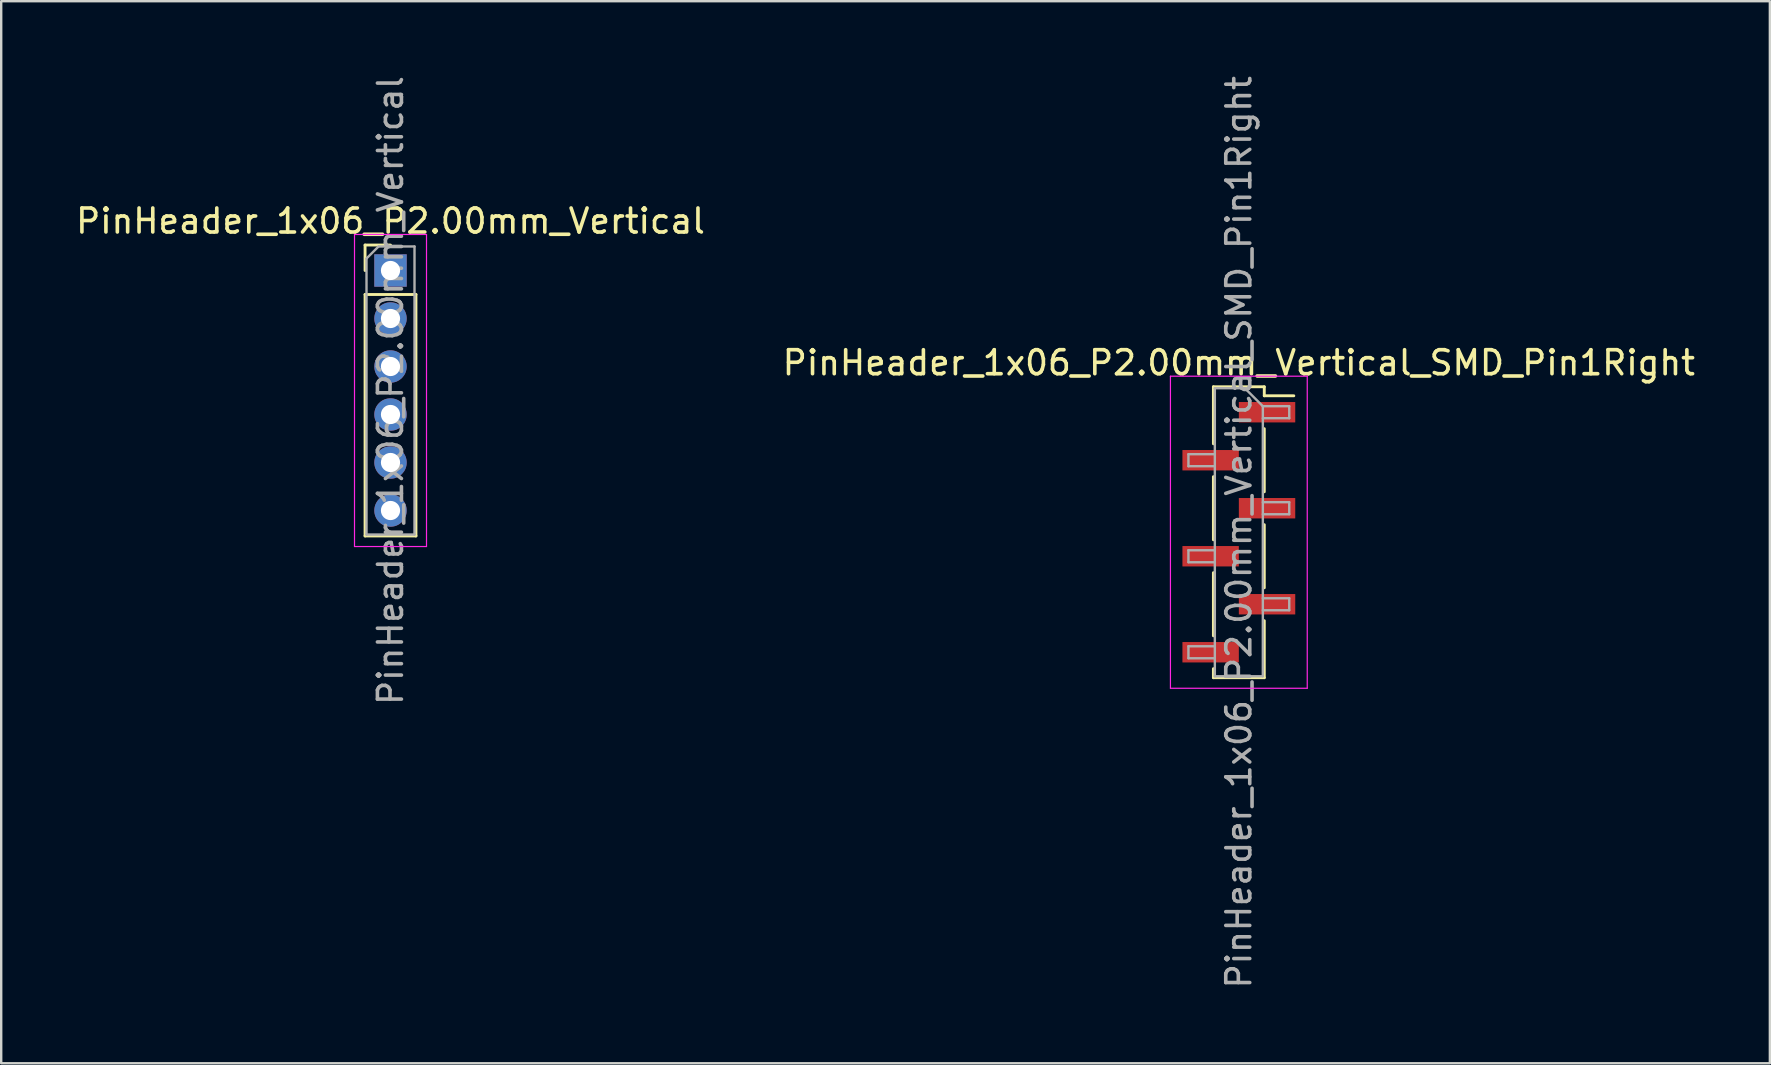
<source format=kicad_pcb>
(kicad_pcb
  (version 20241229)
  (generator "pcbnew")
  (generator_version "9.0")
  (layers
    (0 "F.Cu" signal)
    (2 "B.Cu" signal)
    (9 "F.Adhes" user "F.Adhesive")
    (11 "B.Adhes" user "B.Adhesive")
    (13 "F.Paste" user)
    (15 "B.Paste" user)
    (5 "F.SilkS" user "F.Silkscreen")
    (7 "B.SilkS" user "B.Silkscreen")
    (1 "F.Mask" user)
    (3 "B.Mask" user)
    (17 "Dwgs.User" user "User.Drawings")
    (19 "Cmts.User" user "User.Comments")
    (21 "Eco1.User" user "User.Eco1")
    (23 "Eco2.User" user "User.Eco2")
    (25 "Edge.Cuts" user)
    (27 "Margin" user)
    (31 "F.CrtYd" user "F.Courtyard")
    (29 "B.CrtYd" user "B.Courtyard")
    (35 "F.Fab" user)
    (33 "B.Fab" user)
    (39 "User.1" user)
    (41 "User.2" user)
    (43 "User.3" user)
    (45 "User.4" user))
  (footprint "PinHeader_1x06_P2.00mm_Vertical_SMD_Pin1Right"
    (layer "F.Cu")
    (at 48.565 19.125)
    (property "Reference" "PinHeader_1x06_P2.00mm_Vertical_SMD_Pin1Right" (at 0 -7.06 0) (layer "F.SilkS") (effects (font (size 1 1) (thickness 0.15))))
    (attr smd)
    (fp_line (start -1.06 -6.06) (end -1.06 -3.685) (stroke (width 0.12) (type solid)) (layer "F.SilkS"))
    (fp_line (start -1.06 -6.06) (end 1.06 -6.06) (stroke (width 0.12) (type solid)) (layer "F.SilkS"))
    (fp_line (start -1.06 -2.315) (end -1.06 0.315) (stroke (width 0.12) (type solid)) (layer "F.SilkS"))
    (fp_line (start -1.06 1.685) (end -1.06 4.315) (stroke (width 0.12) (type solid)) (layer "F.SilkS"))
    (fp_line (start -1.06 5.685) (end -1.06 6.06) (stroke (width 0.12) (type solid)) (layer "F.SilkS"))
    (fp_line (start -1.06 6.06) (end 1.06 6.06) (stroke (width 0.12) (type solid)) (layer "F.SilkS"))
    (fp_line (start 1.06 -6.06) (end 1.06 -5.685) (stroke (width 0.12) (type solid)) (layer "F.SilkS"))
    (fp_line (start 1.06 -5.685) (end 2.29 -5.685) (stroke (width 0.12) (type solid)) (layer "F.SilkS"))
    (fp_line (start 1.06 -4.315) (end 1.06 -1.685) (stroke (width 0.12) (type solid)) (layer "F.SilkS"))
    (fp_line (start 1.06 -0.315) (end 1.06 2.315) (stroke (width 0.12) (type solid)) (layer "F.SilkS"))
    (fp_line (start 1.06 3.685) (end 1.06 6.06) (stroke (width 0.12) (type solid)) (layer "F.SilkS"))
    (fp_line (start -2.85 -6.5) (end -2.85 6.5) (stroke (width 0.05) (type solid)) (layer "F.CrtYd"))
    (fp_line (start -2.85 6.5) (end 2.85 6.5) (stroke (width 0.05) (type solid)) (layer "F.CrtYd"))
    (fp_line (start 2.85 -6.5) (end -2.85 -6.5) (stroke (width 0.05) (type solid)) (layer "F.CrtYd"))
    (fp_line (start 2.85 6.5) (end 2.85 -6.5) (stroke (width 0.05) (type solid)) (layer "F.CrtYd"))
    (fp_line (start -2.1 -3.25) (end -2.1 -2.75) (stroke (width 0.1) (type solid)) (layer "F.Fab"))
    (fp_line (start -2.1 -2.75) (end -1 -2.75) (stroke (width 0.1) (type solid)) (layer "F.Fab"))
    (fp_line (start -2.1 0.75) (end -2.1 1.25) (stroke (width 0.1) (type solid)) (layer "F.Fab"))
    (fp_line (start -2.1 1.25) (end -1 1.25) (stroke (width 0.1) (type solid)) (layer "F.Fab"))
    (fp_line (start -2.1 4.75) (end -2.1 5.25) (stroke (width 0.1) (type solid)) (layer "F.Fab"))
    (fp_line (start -2.1 5.25) (end -1 5.25) (stroke (width 0.1) (type solid)) (layer "F.Fab"))
    (fp_line (start -1 -6) (end -1 6) (stroke (width 0.1) (type solid)) (layer "F.Fab"))
    (fp_line (start -1 -6) (end 0.25 -6) (stroke (width 0.1) (type solid)) (layer "F.Fab"))
    (fp_line (start -1 -3.25) (end -2.1 -3.25) (stroke (width 0.1) (type solid)) (layer "F.Fab"))
    (fp_line (start -1 0.75) (end -2.1 0.75) (stroke (width 0.1) (type solid)) (layer "F.Fab"))
    (fp_line (start -1 4.75) (end -2.1 4.75) (stroke (width 0.1) (type solid)) (layer "F.Fab"))
    (fp_line (start 1 -5.25) (end 0.25 -6) (stroke (width 0.1) (type solid)) (layer "F.Fab"))
    (fp_line (start 1 -5.25) (end 2.1 -5.25) (stroke (width 0.1) (type solid)) (layer "F.Fab"))
    (fp_line (start 1 -1.25) (end 2.1 -1.25) (stroke (width 0.1) (type solid)) (layer "F.Fab"))
    (fp_line (start 1 2.75) (end 2.1 2.75) (stroke (width 0.1) (type solid)) (layer "F.Fab"))
    (fp_line (start 1 6) (end -1 6) (stroke (width 0.1) (type solid)) (layer "F.Fab"))
    (fp_line (start 1 6) (end 1 -5.25) (stroke (width 0.1) (type solid)) (layer "F.Fab"))
    (fp_line (start 2.1 -5.25) (end 2.1 -4.75) (stroke (width 0.1) (type solid)) (layer "F.Fab"))
    (fp_line (start 2.1 -4.75) (end 1 -4.75) (stroke (width 0.1) (type solid)) (layer "F.Fab"))
    (fp_line (start 2.1 -1.25) (end 2.1 -0.75) (stroke (width 0.1) (type solid)) (layer "F.Fab"))
    (fp_line (start 2.1 -0.75) (end 1 -0.75) (stroke (width 0.1) (type solid)) (layer "F.Fab"))
    (fp_line (start 2.1 2.75) (end 2.1 3.25) (stroke (width 0.1) (type solid)) (layer "F.Fab"))
    (fp_line (start 2.1 3.25) (end 1 3.25) (stroke (width 0.1) (type solid)) (layer "F.Fab"))
    (fp_text user "${REFERENCE}" (at 0 0 90) (layer "F.Fab") (effects (font (size 1 1) (thickness 0.15))))
    (pad "1" smd rect (at 1.175 -5) (size 2.35 0.85) (layers "F.Cu" "F.Mask" "F.Paste"))
    (pad "2" smd rect (at -1.175 -3) (size 2.35 0.85) (layers "F.Cu" "F.Mask" "F.Paste"))
    (pad "3" smd rect (at 1.175 -1) (size 2.35 0.85) (layers "F.Cu" "F.Mask" "F.Paste"))
    (pad "4" smd rect (at -1.175 1) (size 2.35 0.85) (layers "F.Cu" "F.Mask" "F.Paste"))
    (pad "5" smd rect (at 1.175 3) (size 2.35 0.85) (layers "F.Cu" "F.Mask" "F.Paste"))
    (pad "6" smd rect (at -1.175 5) (size 2.35 0.85) (layers "F.Cu" "F.Mask" "F.Paste")))
  (footprint "PinHeader_1x06_P2.00mm_Vertical"
    (layer "F.Cu")
    (at 13.22 8.22)
    (property "Reference" "PinHeader_1x06_P2.00mm_Vertical" (at 0 -2.06 0) (layer "F.SilkS") (effects (font (size 1 1) (thickness 0.15))))
    (attr through_hole)
    (fp_line (start -1.06 -1.06) (end 0 -1.06) (stroke (width 0.12) (type solid)) (layer "F.SilkS"))
    (fp_line (start -1.06 0) (end -1.06 -1.06) (stroke (width 0.12) (type solid)) (layer "F.SilkS"))
    (fp_line (start -1.06 1) (end -1.06 11.06) (stroke (width 0.12) (type solid)) (layer "F.SilkS"))
    (fp_line (start -1.06 1) (end 1.06 1) (stroke (width 0.12) (type solid)) (layer "F.SilkS"))
    (fp_line (start -1.06 11.06) (end 1.06 11.06) (stroke (width 0.12) (type solid)) (layer "F.SilkS"))
    (fp_line (start 1.06 1) (end 1.06 11.06) (stroke (width 0.12) (type solid)) (layer "F.SilkS"))
    (fp_line (start -1.5 -1.5) (end -1.5 11.5) (stroke (width 0.05) (type solid)) (layer "F.CrtYd"))
    (fp_line (start -1.5 11.5) (end 1.5 11.5) (stroke (width 0.05) (type solid)) (layer "F.CrtYd"))
    (fp_line (start 1.5 -1.5) (end -1.5 -1.5) (stroke (width 0.05) (type solid)) (layer "F.CrtYd"))
    (fp_line (start 1.5 11.5) (end 1.5 -1.5) (stroke (width 0.05) (type solid)) (layer "F.CrtYd"))
    (fp_line (start -1 -0.5) (end -0.5 -1) (stroke (width 0.1) (type solid)) (layer "F.Fab"))
    (fp_line (start -1 11) (end -1 -0.5) (stroke (width 0.1) (type solid)) (layer "F.Fab"))
    (fp_line (start -0.5 -1) (end 1 -1) (stroke (width 0.1) (type solid)) (layer "F.Fab"))
    (fp_line (start 1 -1) (end 1 11) (stroke (width 0.1) (type solid)) (layer "F.Fab"))
    (fp_line (start 1 11) (end -1 11) (stroke (width 0.1) (type solid)) (layer "F.Fab"))
    (fp_text user "${REFERENCE}" (at 0 5 90) (layer "F.Fab") (effects (font (size 1 1) (thickness 0.15))))
    (pad "1" thru_hole rect (at 0 0) (size 1.35 1.35) (drill 0.8) (layers "*.Cu" "*.Mask"))
    (pad "2" thru_hole oval (at 0 2) (size 1.35 1.35) (drill 0.8) (layers "*.Cu" "*.Mask"))
    (pad "3" thru_hole oval (at 0 4) (size 1.35 1.35) (drill 0.8) (layers "*.Cu" "*.Mask"))
    (pad "4" thru_hole oval (at 0 6) (size 1.35 1.35) (drill 0.8) (layers "*.Cu" "*.Mask"))
    (pad "5" thru_hole oval (at 0 8) (size 1.35 1.35) (drill 0.8) (layers "*.Cu" "*.Mask"))
    (pad "6" thru_hole oval (at 0 10) (size 1.35 1.35) (drill 0.8) (layers "*.Cu" "*.Mask")))
  (gr_rect
    (start -3 -3)
    (end 70.69 41.25)
    (stroke (width 0.1) (type default))
    (fill no)
    (layer "Edge.Cuts")))
</source>
